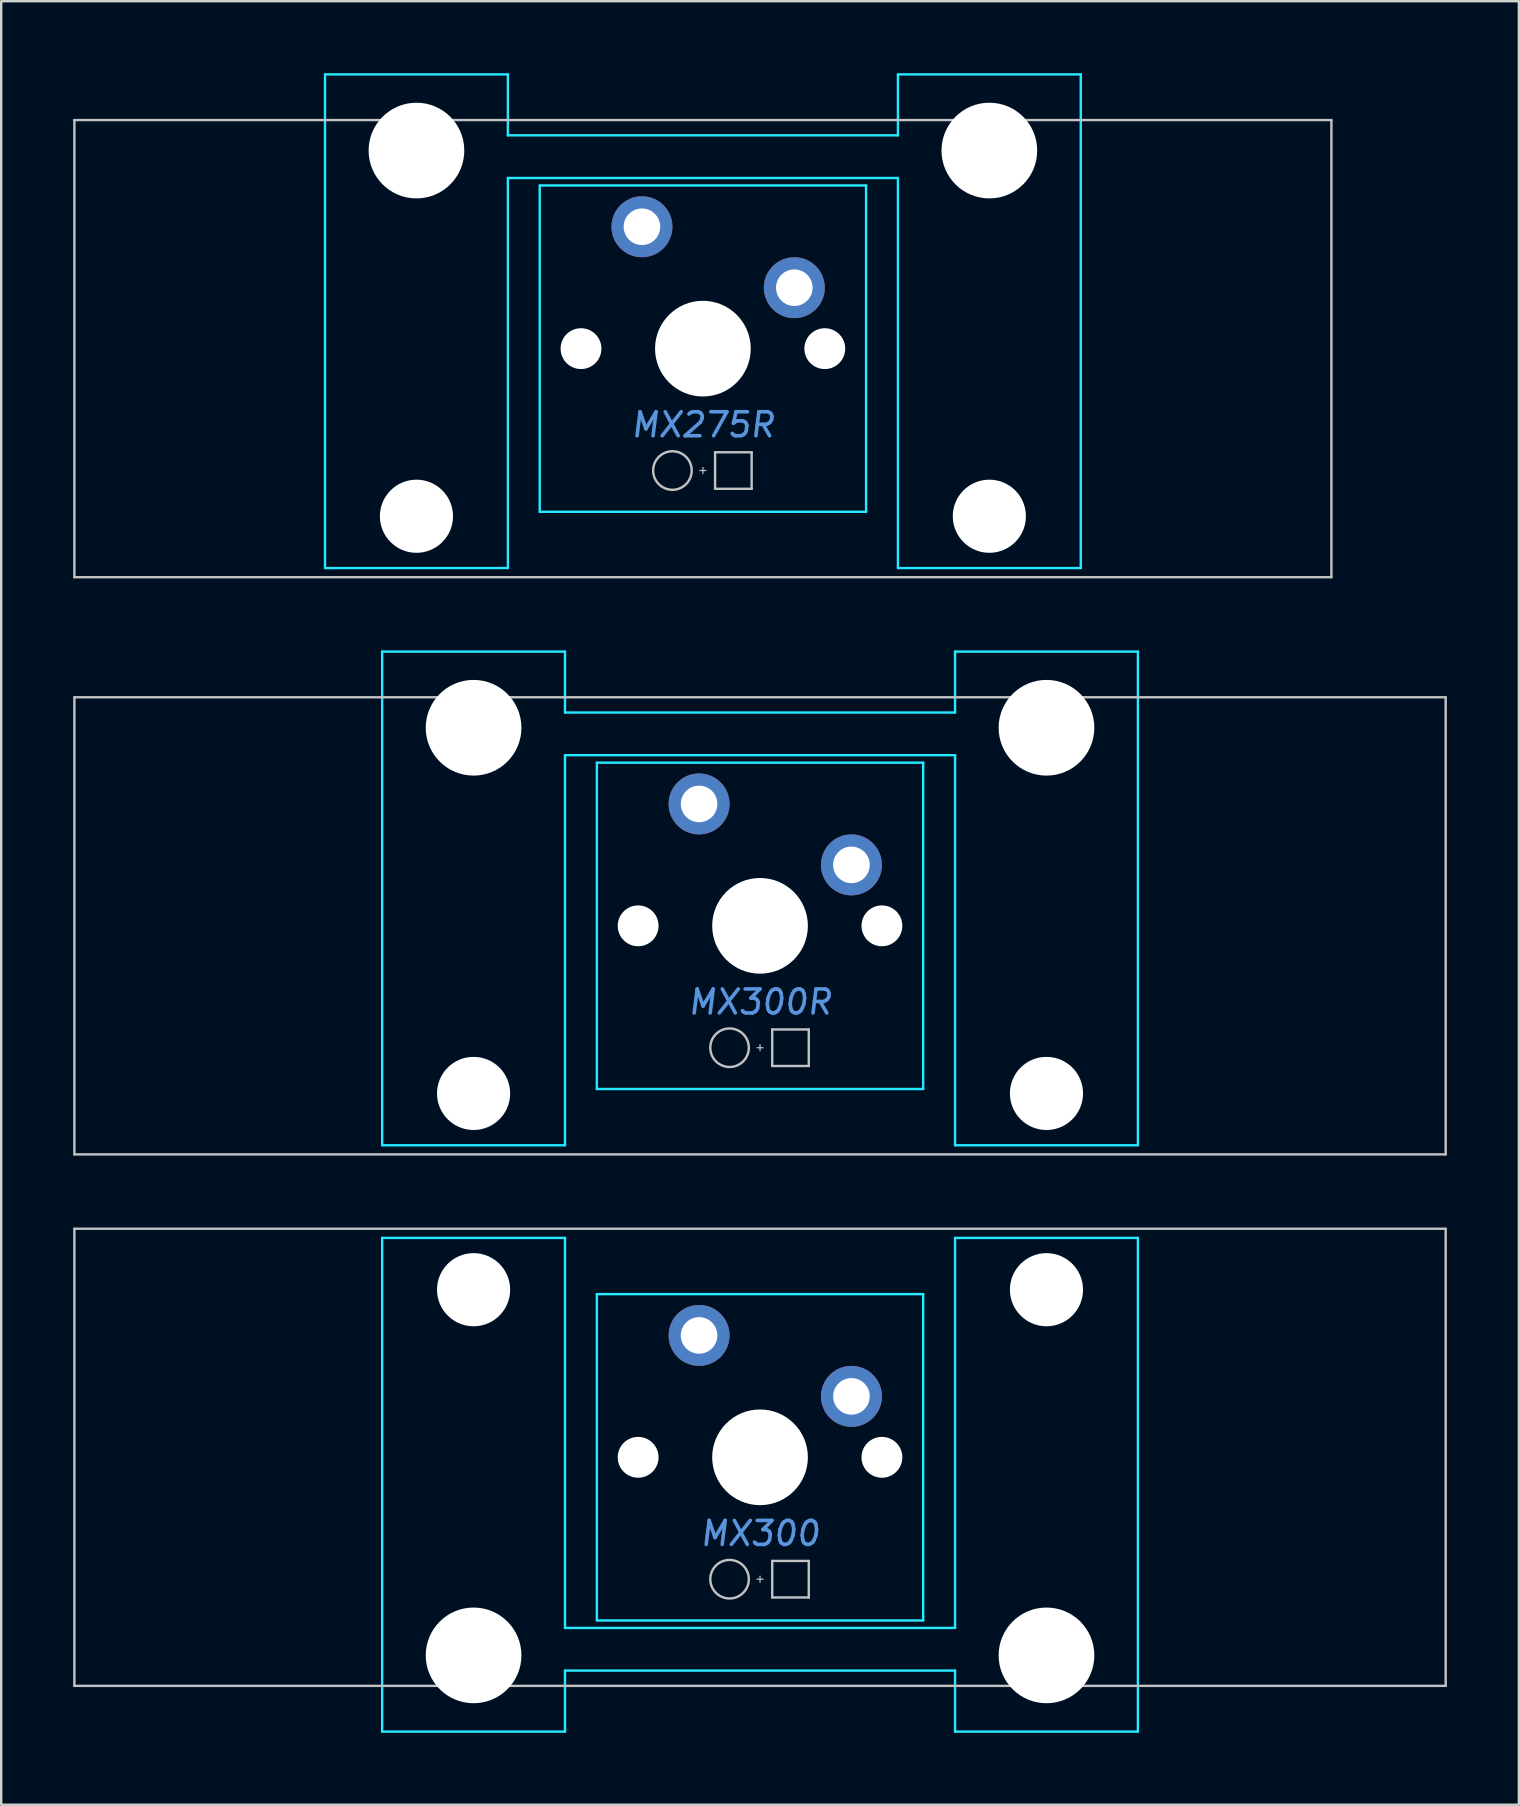
<source format=kicad_pcb>
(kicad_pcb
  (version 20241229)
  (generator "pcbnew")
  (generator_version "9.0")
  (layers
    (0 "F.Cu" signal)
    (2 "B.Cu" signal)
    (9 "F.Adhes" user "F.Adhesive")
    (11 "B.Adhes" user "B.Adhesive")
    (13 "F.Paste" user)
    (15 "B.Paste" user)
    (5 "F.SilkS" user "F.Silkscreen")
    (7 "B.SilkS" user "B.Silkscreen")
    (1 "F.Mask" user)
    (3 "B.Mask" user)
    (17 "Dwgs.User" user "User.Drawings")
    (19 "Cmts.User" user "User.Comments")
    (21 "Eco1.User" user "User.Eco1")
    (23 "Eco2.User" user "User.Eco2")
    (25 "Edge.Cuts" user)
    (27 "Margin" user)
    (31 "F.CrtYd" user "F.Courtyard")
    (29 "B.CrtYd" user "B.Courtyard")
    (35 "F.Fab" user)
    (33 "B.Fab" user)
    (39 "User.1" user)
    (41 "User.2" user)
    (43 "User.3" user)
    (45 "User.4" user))
  (footprint "MX275R"
    (layer "F.Cu")
    (at 26.244 11.48)
    (property "Reference" "MX275R" (at 0 3.175 0) (layer "Cmts.User") (effects (font (size 1 1) (thickness 0.15) (italic yes))))
    (attr through_hole)
    (fp_line (start -26.194 -9.525) (end -26.194 9.525) (stroke (width 0.1) (type solid)) (layer "Dwgs.User"))
    (fp_line (start -26.194 -9.525) (end 26.194 -9.525) (stroke (width 0.1) (type solid)) (layer "Dwgs.User"))
    (fp_line (start -26.194 9.525) (end 26.194 9.525) (stroke (width 0.1) (type solid)) (layer "Dwgs.User"))
    (fp_line (start -0.127 5.08) (end 0.127 5.08) (stroke (width 0.05) (type solid)) (layer "Dwgs.User"))
    (fp_line (start 0 5.207) (end 0 4.953) (stroke (width 0.05) (type solid)) (layer "Dwgs.User"))
    (fp_line (start 0.508 4.318) (end 0.508 5.842) (stroke (width 0.1) (type solid)) (layer "Dwgs.User"))
    (fp_line (start 0.508 4.318) (end 2.032 4.318) (stroke (width 0.1) (type solid)) (layer "Dwgs.User"))
    (fp_line (start 0.508 5.842) (end 2.032 5.842) (stroke (width 0.1) (type solid)) (layer "Dwgs.User"))
    (fp_line (start 2.032 5.842) (end 2.032 4.318) (stroke (width 0.1) (type solid)) (layer "Dwgs.User"))
    (fp_line (start 26.194 -9.525) (end 26.194 9.525) (stroke (width 0.1) (type solid)) (layer "Dwgs.User"))
    (fp_circle (center -1.27 5.08) (end -0.467 5.08) (stroke (width 0.1) (type solid)) (fill no) (layer "Dwgs.User"))
    (fp_line (start -15.748 -11.43) (end -8.128 -11.43) (stroke (width 0.1) (type solid)) (layer "B.CrtYd"))
    (fp_line (start -15.748 9.144) (end -15.748 -11.43) (stroke (width 0.1) (type solid)) (layer "B.CrtYd"))
    (fp_line (start -8.128 -11.43) (end -8.128 -8.89) (stroke (width 0.1) (type solid)) (layer "B.CrtYd"))
    (fp_line (start -8.128 9.144) (end -15.748 9.144) (stroke (width 0.1) (type solid)) (layer "B.CrtYd"))
    (fp_line (start -8.128 9.144) (end -8.128 -7.112) (stroke (width 0.1) (type solid)) (layer "B.CrtYd"))
    (fp_line (start -6.8 6.8) (end -6.8 -6.8) (stroke (width 0.1) (type solid)) (layer "B.CrtYd"))
    (fp_line (start 6.8 -6.8) (end -6.8 -6.8) (stroke (width 0.1) (type solid)) (layer "B.CrtYd"))
    (fp_line (start 6.8 6.8) (end -6.8 6.8) (stroke (width 0.1) (type solid)) (layer "B.CrtYd"))
    (fp_line (start 6.8 6.8) (end 6.8 -6.8) (stroke (width 0.1) (type solid)) (layer "B.CrtYd"))
    (fp_line (start 8.128 -11.43) (end 8.128 -8.89) (stroke (width 0.1) (type solid)) (layer "B.CrtYd"))
    (fp_line (start 8.128 -11.43) (end 15.748 -11.43) (stroke (width 0.1) (type solid)) (layer "B.CrtYd"))
    (fp_line (start 8.128 -8.89) (end -8.128 -8.89) (stroke (width 0.1) (type solid)) (layer "B.CrtYd"))
    (fp_line (start 8.128 -7.112) (end -8.128 -7.112) (stroke (width 0.1) (type solid)) (layer "B.CrtYd"))
    (fp_line (start 8.128 9.144) (end 8.128 -7.112) (stroke (width 0.1) (type solid)) (layer "B.CrtYd"))
    (fp_line (start 15.748 -11.43) (end 15.748 9.144) (stroke (width 0.1) (type solid)) (layer "B.CrtYd"))
    (fp_line (start 15.748 9.144) (end 8.128 9.144) (stroke (width 0.1) (type solid)) (layer "B.CrtYd"))
    (pad "" np_thru_hole circle (at -11.938 -8.255 180) (size 3.988 3.988) (drill 3.988) (layers "*.Cu" "*.Mask"))
    (pad "" np_thru_hole circle (at -11.938 6.985 180) (size 3.048 3.048) (drill 3.048) (layers "*.Cu" "*.Mask"))
    (pad "" np_thru_hole circle (at -5.08 0) (size 1.702 1.702) (drill 1.702) (layers "*.Cu" "*.Mask"))
    (pad "" connect circle (at -2.54 -5.08) (size 1.524 1.524) (layers "B.Mask"))
    (pad "" np_thru_hole circle (at 0 0) (size 3.988 3.988) (drill 3.988) (layers "*.Cu" "*.Mask"))
    (pad "" connect circle (at 3.81 -2.54) (size 1.524 1.524) (layers "B.Mask"))
    (pad "" np_thru_hole circle (at 5.08 0) (size 1.702 1.702) (drill 1.702) (layers "*.Cu" "*.Mask"))
    (pad "" np_thru_hole circle (at 11.938 -8.255 180) (size 3.988 3.988) (drill 3.988) (layers "*.Cu" "*.Mask"))
    (pad "" np_thru_hole circle (at 11.938 6.985 180) (size 3.048 3.048) (drill 3.048) (layers "*.Cu" "*.Mask"))
    (pad "1" thru_hole circle (at -2.54 -5.08) (size 2.54 2.54) (drill 1.524) (layers "*.Cu" "F.Mask"))
    (pad "2" thru_hole circle (at 3.81 -2.54) (size 2.54 2.54) (drill 1.524) (layers "*.Cu" "F.Mask")))
  (footprint "MX300"
    (layer "F.Cu")
    (at 28.625 57.685)
    (property "Reference" "MX300" (at 0 3.175 0) (layer "Cmts.User") (effects (font (size 1 1) (thickness 0.15) (italic yes))))
    (attr through_hole)
    (fp_line (start -28.575 -9.525) (end -28.575 9.525) (stroke (width 0.1) (type solid)) (layer "Dwgs.User"))
    (fp_line (start -28.575 -9.525) (end 28.575 -9.525) (stroke (width 0.1) (type solid)) (layer "Dwgs.User"))
    (fp_line (start -28.575 9.525) (end 28.575 9.525) (stroke (width 0.1) (type solid)) (layer "Dwgs.User"))
    (fp_line (start -0.127 5.08) (end 0.127 5.08) (stroke (width 0.05) (type solid)) (layer "Dwgs.User"))
    (fp_line (start 0 5.207) (end 0 4.953) (stroke (width 0.05) (type solid)) (layer "Dwgs.User"))
    (fp_line (start 0.508 4.318) (end 0.508 5.842) (stroke (width 0.1) (type solid)) (layer "Dwgs.User"))
    (fp_line (start 0.508 4.318) (end 2.032 4.318) (stroke (width 0.1) (type solid)) (layer "Dwgs.User"))
    (fp_line (start 0.508 5.842) (end 2.032 5.842) (stroke (width 0.1) (type solid)) (layer "Dwgs.User"))
    (fp_line (start 2.032 5.842) (end 2.032 4.318) (stroke (width 0.1) (type solid)) (layer "Dwgs.User"))
    (fp_line (start 28.575 -9.525) (end 28.575 9.525) (stroke (width 0.1) (type solid)) (layer "Dwgs.User"))
    (fp_circle (center -1.27 5.08) (end -0.467 5.08) (stroke (width 0.1) (type solid)) (fill no) (layer "Dwgs.User"))
    (fp_line (start -15.748 -9.144) (end -8.128 -9.144) (stroke (width 0.1) (type solid)) (layer "B.CrtYd"))
    (fp_line (start -15.748 11.43) (end -15.748 -9.144) (stroke (width 0.1) (type solid)) (layer "B.CrtYd"))
    (fp_line (start -8.128 -9.144) (end -8.128 7.112) (stroke (width 0.1) (type solid)) (layer "B.CrtYd"))
    (fp_line (start -8.128 7.112) (end 8.128 7.112) (stroke (width 0.1) (type solid)) (layer "B.CrtYd"))
    (fp_line (start -8.128 8.89) (end 8.128 8.89) (stroke (width 0.1) (type solid)) (layer "B.CrtYd"))
    (fp_line (start -8.128 11.43) (end -15.748 11.43) (stroke (width 0.1) (type solid)) (layer "B.CrtYd"))
    (fp_line (start -8.128 11.43) (end -8.128 8.89) (stroke (width 0.1) (type solid)) (layer "B.CrtYd"))
    (fp_line (start -6.8 6.8) (end -6.8 -6.8) (stroke (width 0.1) (type solid)) (layer "B.CrtYd"))
    (fp_line (start 6.8 -6.8) (end -6.8 -6.8) (stroke (width 0.1) (type solid)) (layer "B.CrtYd"))
    (fp_line (start 6.8 6.8) (end -6.8 6.8) (stroke (width 0.1) (type solid)) (layer "B.CrtYd"))
    (fp_line (start 6.8 6.8) (end 6.8 -6.8) (stroke (width 0.1) (type solid)) (layer "B.CrtYd"))
    (fp_line (start 8.128 -9.144) (end 8.128 7.112) (stroke (width 0.1) (type solid)) (layer "B.CrtYd"))
    (fp_line (start 8.128 -9.144) (end 15.748 -9.144) (stroke (width 0.1) (type solid)) (layer "B.CrtYd"))
    (fp_line (start 8.128 11.43) (end 8.128 8.89) (stroke (width 0.1) (type solid)) (layer "B.CrtYd"))
    (fp_line (start 15.748 -9.144) (end 15.748 11.43) (stroke (width 0.1) (type solid)) (layer "B.CrtYd"))
    (fp_line (start 15.748 11.43) (end 8.128 11.43) (stroke (width 0.1) (type solid)) (layer "B.CrtYd"))
    (pad "" np_thru_hole circle (at -11.938 -6.985) (size 3.048 3.048) (drill 3.048) (layers "*.Cu" "*.Mask"))
    (pad "" np_thru_hole circle (at -11.938 8.255) (size 3.988 3.988) (drill 3.988) (layers "*.Cu" "*.Mask"))
    (pad "" np_thru_hole circle (at -5.08 0) (size 1.702 1.702) (drill 1.702) (layers "*.Cu" "*.Mask"))
    (pad "" connect circle (at -2.54 -5.08) (size 1.524 1.524) (layers "B.Mask"))
    (pad "" np_thru_hole circle (at 0 0) (size 3.988 3.988) (drill 3.988) (layers "*.Cu" "*.Mask"))
    (pad "" connect circle (at 3.81 -2.54) (size 1.524 1.524) (layers "B.Mask"))
    (pad "" np_thru_hole circle (at 5.08 0) (size 1.702 1.702) (drill 1.702) (layers "*.Cu" "*.Mask"))
    (pad "" np_thru_hole circle (at 11.938 -6.985) (size 3.048 3.048) (drill 3.048) (layers "*.Cu" "*.Mask"))
    (pad "" np_thru_hole circle (at 11.938 8.255) (size 3.988 3.988) (drill 3.988) (layers "*.Cu" "*.Mask"))
    (pad "1" thru_hole circle (at -2.54 -5.08) (size 2.54 2.54) (drill 1.524) (layers "*.Cu" "F.Mask"))
    (pad "2" thru_hole circle (at 3.81 -2.54) (size 2.54 2.54) (drill 1.524) (layers "*.Cu" "F.Mask")))
  (footprint "MX300R"
    (layer "F.Cu")
    (at 28.625 35.535)
    (property "Reference" "MX300R" (at 0 3.175 0) (layer "Cmts.User") (effects (font (size 1 1) (thickness 0.15) (italic yes))))
    (attr through_hole)
    (fp_line (start -28.575 -9.525) (end -28.575 9.525) (stroke (width 0.1) (type solid)) (layer "Dwgs.User"))
    (fp_line (start -28.575 -9.525) (end 28.575 -9.525) (stroke (width 0.1) (type solid)) (layer "Dwgs.User"))
    (fp_line (start -28.575 9.525) (end 28.575 9.525) (stroke (width 0.1) (type solid)) (layer "Dwgs.User"))
    (fp_line (start -0.127 5.08) (end 0.127 5.08) (stroke (width 0.05) (type solid)) (layer "Dwgs.User"))
    (fp_line (start 0 5.207) (end 0 4.953) (stroke (width 0.05) (type solid)) (layer "Dwgs.User"))
    (fp_line (start 0.508 4.318) (end 0.508 5.842) (stroke (width 0.1) (type solid)) (layer "Dwgs.User"))
    (fp_line (start 0.508 4.318) (end 2.032 4.318) (stroke (width 0.1) (type solid)) (layer "Dwgs.User"))
    (fp_line (start 0.508 5.842) (end 2.032 5.842) (stroke (width 0.1) (type solid)) (layer "Dwgs.User"))
    (fp_line (start 2.032 5.842) (end 2.032 4.318) (stroke (width 0.1) (type solid)) (layer "Dwgs.User"))
    (fp_line (start 28.575 -9.525) (end 28.575 9.525) (stroke (width 0.1) (type solid)) (layer "Dwgs.User"))
    (fp_circle (center -1.27 5.08) (end -0.467 5.08) (stroke (width 0.1) (type solid)) (fill no) (layer "Dwgs.User"))
    (fp_line (start -15.748 -11.43) (end -8.128 -11.43) (stroke (width 0.1) (type solid)) (layer "B.CrtYd"))
    (fp_line (start -15.748 9.144) (end -15.748 -11.43) (stroke (width 0.1) (type solid)) (layer "B.CrtYd"))
    (fp_line (start -8.128 -11.43) (end -8.128 -8.89) (stroke (width 0.1) (type solid)) (layer "B.CrtYd"))
    (fp_line (start -8.128 9.144) (end -15.748 9.144) (stroke (width 0.1) (type solid)) (layer "B.CrtYd"))
    (fp_line (start -8.128 9.144) (end -8.128 -7.112) (stroke (width 0.1) (type solid)) (layer "B.CrtYd"))
    (fp_line (start -6.8 6.8) (end -6.8 -6.8) (stroke (width 0.1) (type solid)) (layer "B.CrtYd"))
    (fp_line (start 6.8 -6.8) (end -6.8 -6.8) (stroke (width 0.1) (type solid)) (layer "B.CrtYd"))
    (fp_line (start 6.8 6.8) (end -6.8 6.8) (stroke (width 0.1) (type solid)) (layer "B.CrtYd"))
    (fp_line (start 6.8 6.8) (end 6.8 -6.8) (stroke (width 0.1) (type solid)) (layer "B.CrtYd"))
    (fp_line (start 8.128 -11.43) (end 8.128 -8.89) (stroke (width 0.1) (type solid)) (layer "B.CrtYd"))
    (fp_line (start 8.128 -11.43) (end 15.748 -11.43) (stroke (width 0.1) (type solid)) (layer "B.CrtYd"))
    (fp_line (start 8.128 -8.89) (end -8.128 -8.89) (stroke (width 0.1) (type solid)) (layer "B.CrtYd"))
    (fp_line (start 8.128 -7.112) (end -8.128 -7.112) (stroke (width 0.1) (type solid)) (layer "B.CrtYd"))
    (fp_line (start 8.128 9.144) (end 8.128 -7.112) (stroke (width 0.1) (type solid)) (layer "B.CrtYd"))
    (fp_line (start 15.748 -11.43) (end 15.748 9.144) (stroke (width 0.1) (type solid)) (layer "B.CrtYd"))
    (fp_line (start 15.748 9.144) (end 8.128 9.144) (stroke (width 0.1) (type solid)) (layer "B.CrtYd"))
    (pad "" np_thru_hole circle (at -11.938 -8.255 180) (size 3.988 3.988) (drill 3.988) (layers "*.Cu" "*.Mask"))
    (pad "" np_thru_hole circle (at -11.938 6.985 180) (size 3.048 3.048) (drill 3.048) (layers "*.Cu" "*.Mask"))
    (pad "" np_thru_hole circle (at -5.08 0) (size 1.702 1.702) (drill 1.702) (layers "*.Cu" "*.Mask"))
    (pad "" connect circle (at -2.54 -5.08) (size 1.524 1.524) (layers "B.Mask"))
    (pad "" np_thru_hole circle (at 0 0) (size 3.988 3.988) (drill 3.988) (layers "*.Cu" "*.Mask"))
    (pad "" connect circle (at 3.81 -2.54) (size 1.524 1.524) (layers "B.Mask"))
    (pad "" np_thru_hole circle (at 5.08 0) (size 1.702 1.702) (drill 1.702) (layers "*.Cu" "*.Mask"))
    (pad "" np_thru_hole circle (at 11.938 -8.255 180) (size 3.988 3.988) (drill 3.988) (layers "*.Cu" "*.Mask"))
    (pad "" np_thru_hole circle (at 11.938 6.985 180) (size 3.048 3.048) (drill 3.048) (layers "*.Cu" "*.Mask"))
    (pad "1" thru_hole circle (at -2.54 -5.08) (size 2.54 2.54) (drill 1.524) (layers "*.Cu" "F.Mask"))
    (pad "2" thru_hole circle (at 3.81 -2.54) (size 2.54 2.54) (drill 1.524) (layers "*.Cu" "F.Mask")))
  (gr_rect
    (start -3 -3)
    (end 60.25 72.165)
    (stroke (width 0.1) (type default))
    (fill no)
    (layer "Edge.Cuts")))
</source>
